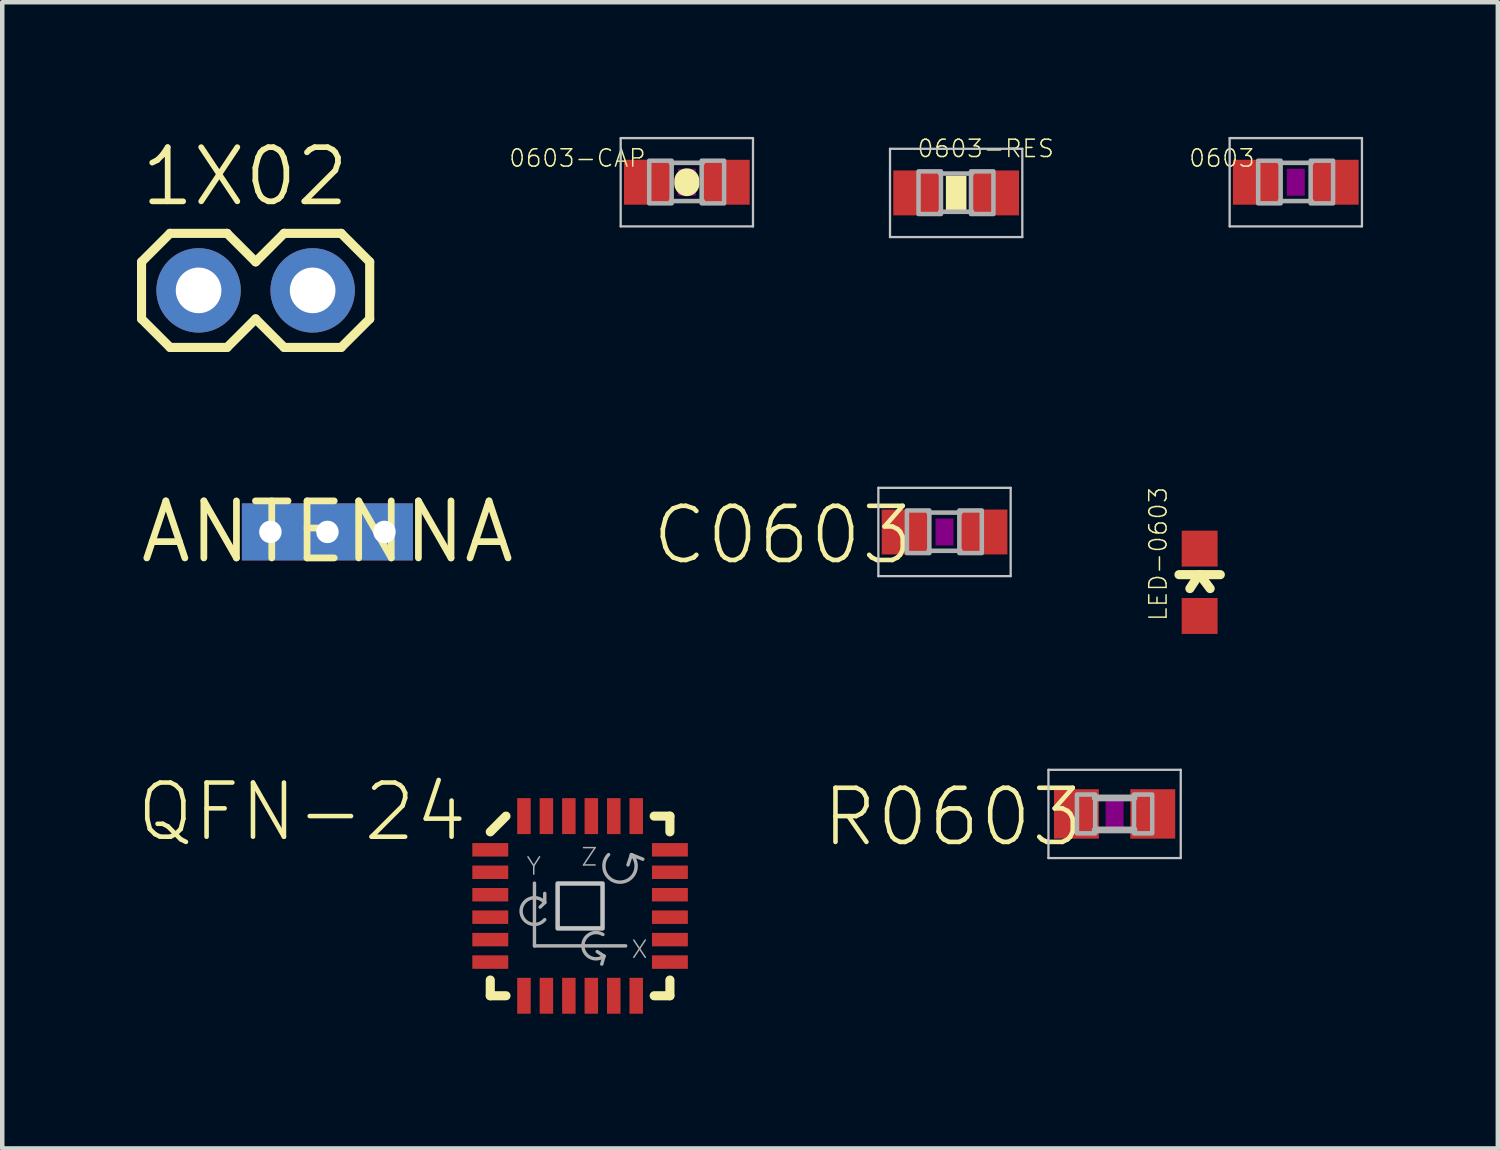
<source format=kicad_pcb>
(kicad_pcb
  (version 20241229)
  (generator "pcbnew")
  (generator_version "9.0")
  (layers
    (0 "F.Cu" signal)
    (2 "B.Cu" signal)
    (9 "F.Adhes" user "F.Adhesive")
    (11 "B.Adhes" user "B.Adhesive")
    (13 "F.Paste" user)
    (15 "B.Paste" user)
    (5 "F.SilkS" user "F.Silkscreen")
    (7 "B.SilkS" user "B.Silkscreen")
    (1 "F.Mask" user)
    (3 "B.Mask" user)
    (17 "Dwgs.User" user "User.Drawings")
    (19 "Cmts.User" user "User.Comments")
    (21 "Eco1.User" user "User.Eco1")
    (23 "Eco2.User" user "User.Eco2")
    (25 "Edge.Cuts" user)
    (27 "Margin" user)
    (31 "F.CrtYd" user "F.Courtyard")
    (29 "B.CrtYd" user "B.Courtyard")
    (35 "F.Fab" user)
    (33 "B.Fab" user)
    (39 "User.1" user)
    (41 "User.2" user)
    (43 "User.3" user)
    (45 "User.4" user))
  (footprint "0603-CAP"
    (layer "F.Cu")
    (at 12.244 1.008)
    (property "Reference" "0603-CAP" (at -0.889 -0.762 0) (layer "F.SilkS") (effects (font (size 0.386 0.386) (thickness 0.033)) (justify right top)))
    (attr through_hole)
    (fp_line (start 0 -0.03) (end 0 0.03) (stroke (width 0.559) (type solid)) (layer "F.SilkS"))
    (fp_poly (pts (xy -0.2 0.3) (xy 0.2 0.3) (xy 0.2 -0.3) (xy -0.2 -0.3)) (stroke (width 0) (type solid)) (fill yes) (layer "F.Adhes"))
    (fp_line (start -1.473 -0.983) (end 1.473 -0.983) (stroke (width 0.051) (type solid)) (layer "Dwgs.User"))
    (fp_line (start -1.473 0.983) (end -1.473 -0.983) (stroke (width 0.051) (type solid)) (layer "Dwgs.User"))
    (fp_line (start 1.473 -0.983) (end 1.473 0.983) (stroke (width 0.051) (type solid)) (layer "Dwgs.User"))
    (fp_line (start 1.473 0.983) (end -1.473 0.983) (stroke (width 0.051) (type solid)) (layer "Dwgs.User"))
    (fp_line (start -0.356 -0.432) (end 0.356 -0.432) (stroke (width 0.102) (type solid)) (layer "F.Fab"))
    (fp_line (start -0.356 0.419) (end 0.356 0.419) (stroke (width 0.102) (type solid)) (layer "F.Fab"))
    (fp_poly (pts (xy -0.838 0.47) (xy -0.338 0.47) (xy -0.338 -0.48) (xy -0.838 -0.48)) (stroke (width 0.1) (type solid)) (fill no) (layer "F.Fab"))
    (fp_poly (pts (xy 0.33 0.47) (xy 0.83 0.47) (xy 0.83 -0.48) (xy 0.33 -0.48)) (stroke (width 0.1) (type solid)) (fill no) (layer "F.Fab"))
    (pad "1" smd rect (at -0.85 0) (size 1.1 1) (layers "F.Cu" "F.Mask" "F.Paste"))
    (pad "2" smd rect (at 0.85 0) (size 1.1 1) (layers "F.Cu" "F.Mask" "F.Paste")))
  (footprint "QFN-24"
    (layer "F.Cu")
    (at 9.867 17.123)
    (property "Reference" "QFN-24" (at -2.45 -2.8 0) (layer "F.SilkS") (effects (font (size 1.206 1.206) (thickness 0.102)) (justify right top)))
    (attr through_hole)
    (fp_poly (pts (xy -0.5 0.5) (xy 0.5 0.5) (xy 0.5 -0.5) (xy -0.5 -0.5)) (stroke (width 0) (type solid)) (fill yes) (layer "F.Mask"))
    (fp_line (start -2 2) (end -2 1.65) (stroke (width 0.203) (type solid)) (layer "F.SilkS"))
    (fp_line (start -1.65 -2) (end -2 -1.65) (stroke (width 0.203) (type solid)) (layer "F.SilkS"))
    (fp_line (start -1.65 2) (end -2 2) (stroke (width 0.203) (type solid)) (layer "F.SilkS"))
    (fp_line (start 1.65 2) (end 2 2) (stroke (width 0.203) (type solid)) (layer "F.SilkS"))
    (fp_line (start 2 -2) (end 1.65 -2) (stroke (width 0.203) (type solid)) (layer "F.SilkS"))
    (fp_line (start 2 -1.65) (end 2 -2) (stroke (width 0.203) (type solid)) (layer "F.SilkS"))
    (fp_line (start 2 1.65) (end 2 2) (stroke (width 0.203) (type solid)) (layer "F.SilkS"))
    (fp_poly (pts (xy -0.5 0.5) (xy 0.5 0.5) (xy 0.5 -0.5) (xy -0.5 -0.5)) (stroke (width 0.1) (type solid)) (fill no) (layer "Dwgs.User"))
    (fp_line (start -1.016 -0.508) (end -1.016 0.889) (stroke (width 0.076) (type solid)) (layer "F.Fab"))
    (fp_line (start -1.016 0.889) (end 1.016 0.889) (stroke (width 0.076) (type solid)) (layer "F.Fab"))
    (fp_line (start -0.787 -0.279) (end -0.787 -0.076) (stroke (width 0.076) (type solid)) (layer "F.Fab"))
    (fp_line (start -0.787 -0.076) (end -0.889 0.025) (stroke (width 0.076) (type solid)) (layer "F.Fab"))
    (fp_line (start 0.381 1.016) (end 0.533 1.118) (stroke (width 0.076) (type solid)) (layer "F.Fab"))
    (fp_line (start 0.533 1.118) (end 0.483 1.295) (stroke (width 0.076) (type solid)) (layer "F.Fab"))
    (fp_line (start 1.143 -1.143) (end 1.067 -0.914) (stroke (width 0.076) (type solid)) (layer "F.Fab"))
    (fp_line (start 1.143 -1.143) (end 1.397 -1.041) (stroke (width 0.076) (type solid)) (layer "F.Fab"))
    (fp_arc (start -0.7874 0.3048) (mid -1.313571 0.1143) (end -0.7874 -0.0762) (stroke (width 0.0762) (type solid)) (layer "F.Fab"))
    (fp_arc (start 0.5334 1.1176) (mid 0.063224 0.900377) (end 0.508 0.634999) (stroke (width 0.0762) (type solid)) (layer "F.Fab"))
    (fp_arc (start 1.143 -1.143) (mid 0.889 -0.52979) (end 0.635 -1.143) (stroke (width 0.0762) (type solid)) (layer "F.Fab"))
    (fp_text user "X" (at 1.118 1.194 0) (layer "F.Fab") (effects (font (size 0.386 0.386) (thickness 0.033)) (justify left bottom)))
    (fp_text user "Y" (at -1.219 -0.66 0) (layer "F.Fab") (effects (font (size 0.386 0.386) (thickness 0.033)) (justify left bottom)))
    (fp_text user "Z" (at 0 -0.864 0) (layer "F.Fab") (effects (font (size 0.386 0.386) (thickness 0.033)) (justify left bottom)))
    (pad "1" smd rect (at -2 -1.25 180) (size 0.8 0.3) (layers "F.Cu" "F.Mask" "F.Paste"))
    (pad "2" smd rect (at -2 -0.75 180) (size 0.8 0.3) (layers "F.Cu" "F.Mask" "F.Paste"))
    (pad "3" smd rect (at -2 -0.25 180) (size 0.8 0.3) (layers "F.Cu" "F.Mask" "F.Paste"))
    (pad "4" smd rect (at -2 0.25 180) (size 0.8 0.3) (layers "F.Cu" "F.Mask" "F.Paste"))
    (pad "5" smd rect (at -2 0.75 180) (size 0.8 0.3) (layers "F.Cu" "F.Mask" "F.Paste"))
    (pad "6" smd rect (at -2 1.25 180) (size 0.8 0.3) (layers "F.Cu" "F.Mask" "F.Paste"))
    (pad "7" smd rect (at -1.25 2 90) (size 0.8 0.3) (layers "F.Cu" "F.Mask" "F.Paste"))
    (pad "8" smd rect (at -0.75 2 90) (size 0.8 0.3) (layers "F.Cu" "F.Mask" "F.Paste"))
    (pad "9" smd rect (at -0.25 2 90) (size 0.8 0.3) (layers "F.Cu" "F.Mask" "F.Paste"))
    (pad "10" smd rect (at 0.25 2 90) (size 0.8 0.3) (layers "F.Cu" "F.Mask" "F.Paste"))
    (pad "11" smd rect (at 0.75 2 90) (size 0.8 0.3) (layers "F.Cu" "F.Mask" "F.Paste"))
    (pad "12" smd rect (at 1.25 2 90) (size 0.8 0.3) (layers "F.Cu" "F.Mask" "F.Paste"))
    (pad "13" smd rect (at 2 1.25) (size 0.8 0.3) (layers "F.Cu" "F.Mask" "F.Paste"))
    (pad "14" smd rect (at 2 0.75) (size 0.8 0.3) (layers "F.Cu" "F.Mask" "F.Paste"))
    (pad "15" smd rect (at 2 0.25) (size 0.8 0.3) (layers "F.Cu" "F.Mask" "F.Paste"))
    (pad "16" smd rect (at 2 -0.25) (size 0.8 0.3) (layers "F.Cu" "F.Mask" "F.Paste"))
    (pad "17" smd rect (at 2 -0.75) (size 0.8 0.3) (layers "F.Cu" "F.Mask" "F.Paste"))
    (pad "18" smd rect (at 2 -1.25) (size 0.8 0.3) (layers "F.Cu" "F.Mask" "F.Paste"))
    (pad "19" smd rect (at 1.25 -2 270) (size 0.8 0.3) (layers "F.Cu" "F.Mask" "F.Paste"))
    (pad "20" smd rect (at 0.75 -2 270) (size 0.8 0.3) (layers "F.Cu" "F.Mask" "F.Paste"))
    (pad "21" smd rect (at 0.25 -2 270) (size 0.8 0.3) (layers "F.Cu" "F.Mask" "F.Paste"))
    (pad "22" smd rect (at -0.25 -2 270) (size 0.8 0.3) (layers "F.Cu" "F.Mask" "F.Paste"))
    (pad "23" smd rect (at -0.75 -2 270) (size 0.8 0.3) (layers "F.Cu" "F.Mask" "F.Paste"))
    (pad "24" smd rect (at -1.25 -2 270) (size 0.8 0.3) (layers "F.Cu" "F.Mask" "F.Paste")))
  (footprint "0603-RES"
    (layer "F.Cu")
    (at 18.241 1.246)
    (property "Reference" "0603-RES" (at -0.889 -0.762 0) (layer "F.SilkS") (effects (font (size 0.386 0.386) (thickness 0.033)) (justify left bottom)))
    (attr through_hole)
    (fp_poly (pts (xy -0.229 0.381) (xy 0.229 0.381) (xy 0.229 -0.381) (xy -0.229 -0.381)) (stroke (width 0) (type solid)) (fill yes) (layer "F.SilkS"))
    (fp_poly (pts (xy -0.2 0.3) (xy 0.2 0.3) (xy 0.2 -0.3) (xy -0.2 -0.3)) (stroke (width 0) (type solid)) (fill yes) (layer "F.Adhes"))
    (fp_line (start -1.473 -0.983) (end 1.473 -0.983) (stroke (width 0.051) (type solid)) (layer "Dwgs.User"))
    (fp_line (start -1.473 0.983) (end -1.473 -0.983) (stroke (width 0.051) (type solid)) (layer "Dwgs.User"))
    (fp_line (start 1.473 -0.983) (end 1.473 0.983) (stroke (width 0.051) (type solid)) (layer "Dwgs.User"))
    (fp_line (start 1.473 0.983) (end -1.473 0.983) (stroke (width 0.051) (type solid)) (layer "Dwgs.User"))
    (fp_line (start -0.356 -0.432) (end 0.356 -0.432) (stroke (width 0.102) (type solid)) (layer "F.Fab"))
    (fp_line (start -0.356 0.419) (end 0.356 0.419) (stroke (width 0.102) (type solid)) (layer "F.Fab"))
    (fp_poly (pts (xy -0.838 0.47) (xy -0.338 0.47) (xy -0.338 -0.48) (xy -0.838 -0.48)) (stroke (width 0.1) (type solid)) (fill no) (layer "F.Fab"))
    (fp_poly (pts (xy 0.33 0.47) (xy 0.83 0.47) (xy 0.83 -0.48) (xy 0.33 -0.48)) (stroke (width 0.1) (type solid)) (fill no) (layer "F.Fab"))
    (pad "1" smd rect (at -0.85 0) (size 1.1 1) (layers "F.Cu" "F.Mask" "F.Paste"))
    (pad "2" smd rect (at 0.85 0) (size 1.1 1) (layers "F.Cu" "F.Mask" "F.Paste")))
  (footprint "R0603"
    (layer "F.Cu")
    (at 21.769 15.074)
    (property "Reference" "R0603" (at -0.635 -0.635 0) (layer "F.SilkS") (effects (font (size 1.206 1.206) (thickness 0.102)) (justify right top)))
    (attr through_hole)
    (fp_poly (pts (xy -0.2 0.4) (xy 0.2 0.4) (xy 0.2 -0.4) (xy -0.2 -0.4)) (stroke (width 0) (type solid)) (fill yes) (layer "F.Adhes"))
    (fp_line (start -1.473 -0.983) (end 1.473 -0.983) (stroke (width 0.051) (type solid)) (layer "Dwgs.User"))
    (fp_line (start -1.473 0.983) (end -1.473 -0.983) (stroke (width 0.051) (type solid)) (layer "Dwgs.User"))
    (fp_line (start 1.473 -0.983) (end 1.473 0.983) (stroke (width 0.051) (type solid)) (layer "Dwgs.User"))
    (fp_line (start 1.473 0.983) (end -1.473 0.983) (stroke (width 0.051) (type solid)) (layer "Dwgs.User"))
    (fp_line (start -0.432 0.356) (end 0.432 0.356) (stroke (width 0.152) (type solid)) (layer "F.Fab"))
    (fp_line (start 0.432 -0.356) (end -0.432 -0.356) (stroke (width 0.152) (type solid)) (layer "F.Fab"))
    (fp_poly (pts (xy -0.838 0.432) (xy -0.432 0.432) (xy -0.432 -0.432) (xy -0.838 -0.432)) (stroke (width 0.1) (type solid)) (fill no) (layer "F.Fab"))
    (fp_poly (pts (xy 0.432 0.432) (xy 0.838 0.432) (xy 0.838 -0.432) (xy 0.432 -0.432)) (stroke (width 0.1) (type solid)) (fill no) (layer "F.Fab"))
    (pad "1" smd rect (at -0.85 0) (size 1 1.1) (layers "F.Cu" "F.Mask" "F.Paste"))
    (pad "2" smd rect (at 0.85 0) (size 1 1.1) (layers "F.Cu" "F.Mask" "F.Paste")))
  (footprint "LED-0603"
    (layer "F.Cu")
    (at 23.663 9.916)
    (property "Reference" "LED-0603" (at -0.699 0.889 90) (layer "F.SilkS") (effects (font (size 0.386 0.386) (thickness 0.033)) (justify left bottom)))
    (attr through_hole)
    (fp_line (start -0.46 -0.17) (end 0 -0.17) (stroke (width 0.203) (type solid)) (layer "F.SilkS"))
    (fp_line (start -0.025 -0.155) (end -0.218 0.14) (stroke (width 0.203) (type solid)) (layer "F.SilkS"))
    (fp_line (start 0 -0.17) (end 0.234 0.14) (stroke (width 0.203) (type solid)) (layer "F.SilkS"))
    (fp_line (start 0.46 -0.17) (end 0 -0.17) (stroke (width 0.203) (type solid)) (layer "F.SilkS"))
    (pad "A" smd rect (at 0 0.75) (size 0.8 0.8) (layers "F.Cu" "F.Mask" "F.Paste"))
    (pad "C" smd rect (at 0 -0.75) (size 0.8 0.8) (layers "F.Cu" "F.Mask" "F.Paste")))
  (footprint "C0603"
    (layer "F.Cu")
    (at 17.982 8.796)
    (property "Reference" "C0603" (at -0.635 -0.635 0) (layer "F.SilkS") (effects (font (size 1.206 1.206) (thickness 0.102)) (justify right top)))
    (attr through_hole)
    (fp_poly (pts (xy -0.2 0.3) (xy 0.2 0.3) (xy 0.2 -0.3) (xy -0.2 -0.3)) (stroke (width 0) (type solid)) (fill yes) (layer "F.Adhes"))
    (fp_line (start -1.473 -0.983) (end 1.473 -0.983) (stroke (width 0.051) (type solid)) (layer "Dwgs.User"))
    (fp_line (start -1.473 0.983) (end -1.473 -0.983) (stroke (width 0.051) (type solid)) (layer "Dwgs.User"))
    (fp_line (start 1.473 -0.983) (end 1.473 0.983) (stroke (width 0.051) (type solid)) (layer "Dwgs.User"))
    (fp_line (start 1.473 0.983) (end -1.473 0.983) (stroke (width 0.051) (type solid)) (layer "Dwgs.User"))
    (fp_line (start -0.356 -0.432) (end 0.356 -0.432) (stroke (width 0.102) (type solid)) (layer "F.Fab"))
    (fp_line (start -0.356 0.419) (end 0.356 0.419) (stroke (width 0.102) (type solid)) (layer "F.Fab"))
    (fp_poly (pts (xy -0.838 0.47) (xy -0.338 0.47) (xy -0.338 -0.48) (xy -0.838 -0.48)) (stroke (width 0.1) (type solid)) (fill no) (layer "F.Fab"))
    (fp_poly (pts (xy 0.33 0.47) (xy 0.83 0.47) (xy 0.83 -0.48) (xy 0.33 -0.48)) (stroke (width 0.1) (type solid)) (fill no) (layer "F.Fab"))
    (pad "1" smd rect (at -0.85 0) (size 1.1 1) (layers "F.Cu" "F.Mask" "F.Paste"))
    (pad "2" smd rect (at 0.85 0) (size 1.1 1) (layers "F.Cu" "F.Mask" "F.Paste")))
  (footprint "0603"
    (layer "F.Cu")
    (at 25.804 1.008)
    (property "Reference" "0603" (at -0.889 -0.762 0) (layer "F.SilkS") (effects (font (size 0.386 0.386) (thickness 0.033)) (justify right top)))
    (attr through_hole)
    (fp_poly (pts (xy -0.2 0.3) (xy 0.2 0.3) (xy 0.2 -0.3) (xy -0.2 -0.3)) (stroke (width 0) (type solid)) (fill yes) (layer "F.Adhes"))
    (fp_line (start -1.473 -0.983) (end 1.473 -0.983) (stroke (width 0.051) (type solid)) (layer "Dwgs.User"))
    (fp_line (start -1.473 0.983) (end -1.473 -0.983) (stroke (width 0.051) (type solid)) (layer "Dwgs.User"))
    (fp_line (start 1.473 -0.983) (end 1.473 0.983) (stroke (width 0.051) (type solid)) (layer "Dwgs.User"))
    (fp_line (start 1.473 0.983) (end -1.473 0.983) (stroke (width 0.051) (type solid)) (layer "Dwgs.User"))
    (fp_line (start -0.356 -0.432) (end 0.356 -0.432) (stroke (width 0.102) (type solid)) (layer "F.Fab"))
    (fp_line (start -0.356 0.419) (end 0.356 0.419) (stroke (width 0.102) (type solid)) (layer "F.Fab"))
    (fp_poly (pts (xy -0.838 0.47) (xy -0.338 0.47) (xy -0.338 -0.48) (xy -0.838 -0.48)) (stroke (width 0.1) (type solid)) (fill no) (layer "F.Fab"))
    (fp_poly (pts (xy 0.33 0.47) (xy 0.83 0.47) (xy 0.83 -0.48) (xy 0.33 -0.48)) (stroke (width 0.1) (type solid)) (fill no) (layer "F.Fab"))
    (pad "1" smd rect (at -0.85 0) (size 1.1 1) (layers "F.Cu" "F.Mask" "F.Paste"))
    (pad "2" smd rect (at 0.85 0) (size 1.1 1) (layers "F.Cu" "F.Mask" "F.Paste")))
  (footprint "ANTENNA"
    (layer "F.Cu")
    (at 4.241 8.794)
    (property "Reference" "ANTENNA" (at 0 0 0) (layer "F.SilkS") (effects (font (size 1.27 1.27) (thickness 0.15))))
    (attr through_hole)
    (pad "IN1" thru_hole rect (at 1.27 0) (size 1.27 1.27) (drill 0.5) (layers "*.Cu" "*.Mask"))
    (pad "IN2" thru_hole rect (at 0 0) (size 1.27 1.27) (drill 0.5) (layers "*.Cu" "*.Mask"))
    (pad "IN3" thru_hole rect (at -1.27 0) (size 1.27 1.27) (drill 0.5) (layers "*.Cu" "*.Mask")))
  (footprint "1X02"
    (layer "F.Cu")
    (at 1.372 3.416)
    (property "Reference" "1X02" (at -1.346 -1.829 0) (layer "F.SilkS") (effects (font (size 1.206 1.206) (thickness 0.127)) (justify left bottom)))
    (attr through_hole)
    (fp_line (start -1.27 -0.635) (end -1.27 0.635) (stroke (width 0.203) (type solid)) (layer "F.SilkS"))
    (fp_line (start -1.27 0.635) (end -0.635 1.27) (stroke (width 0.203) (type solid)) (layer "F.SilkS"))
    (fp_line (start -0.635 -1.27) (end -1.27 -0.635) (stroke (width 0.203) (type solid)) (layer "F.SilkS"))
    (fp_line (start -0.635 -1.27) (end 0.635 -1.27) (stroke (width 0.203) (type solid)) (layer "F.SilkS"))
    (fp_line (start 0.635 -1.27) (end 1.27 -0.635) (stroke (width 0.203) (type solid)) (layer "F.SilkS"))
    (fp_line (start 0.635 1.27) (end -0.635 1.27) (stroke (width 0.203) (type solid)) (layer "F.SilkS"))
    (fp_line (start 1.27 -0.635) (end 1.905 -1.27) (stroke (width 0.203) (type solid)) (layer "F.SilkS"))
    (fp_line (start 1.27 0.635) (end 0.635 1.27) (stroke (width 0.203) (type solid)) (layer "F.SilkS"))
    (fp_line (start 1.905 -1.27) (end 3.175 -1.27) (stroke (width 0.203) (type solid)) (layer "F.SilkS"))
    (fp_line (start 1.905 1.27) (end 1.27 0.635) (stroke (width 0.203) (type solid)) (layer "F.SilkS"))
    (fp_line (start 3.175 -1.27) (end 3.81 -0.635) (stroke (width 0.203) (type solid)) (layer "F.SilkS"))
    (fp_line (start 3.175 1.27) (end 1.905 1.27) (stroke (width 0.203) (type solid)) (layer "F.SilkS"))
    (fp_line (start 3.81 -0.635) (end 3.81 0.635) (stroke (width 0.203) (type solid)) (layer "F.SilkS"))
    (fp_line (start 3.81 0.635) (end 3.175 1.27) (stroke (width 0.203) (type solid)) (layer "F.SilkS"))
    (fp_poly (pts (xy -0.254 0.254) (xy 0.254 0.254) (xy 0.254 -0.254) (xy -0.254 -0.254)) (stroke (width 0.1) (type solid)) (fill no) (layer "F.Fab"))
    (fp_poly (pts (xy 2.286 0.254) (xy 2.794 0.254) (xy 2.794 -0.254) (xy 2.286 -0.254)) (stroke (width 0.1) (type solid)) (fill no) (layer "F.Fab"))
    (pad "1" thru_hole circle (at 0 0 90) (size 1.88 1.88) (drill 1.016) (layers "*.Cu" "*.Mask"))
    (pad "2" thru_hole circle (at 2.54 0 90) (size 1.88 1.88) (drill 1.016) (layers "*.Cu" "*.Mask")))
  (gr_rect
    (start -3 -3)
    (end 30.303 22.523)
    (stroke (width 0.1) (type default))
    (fill no)
    (layer "Edge.Cuts")))
</source>
